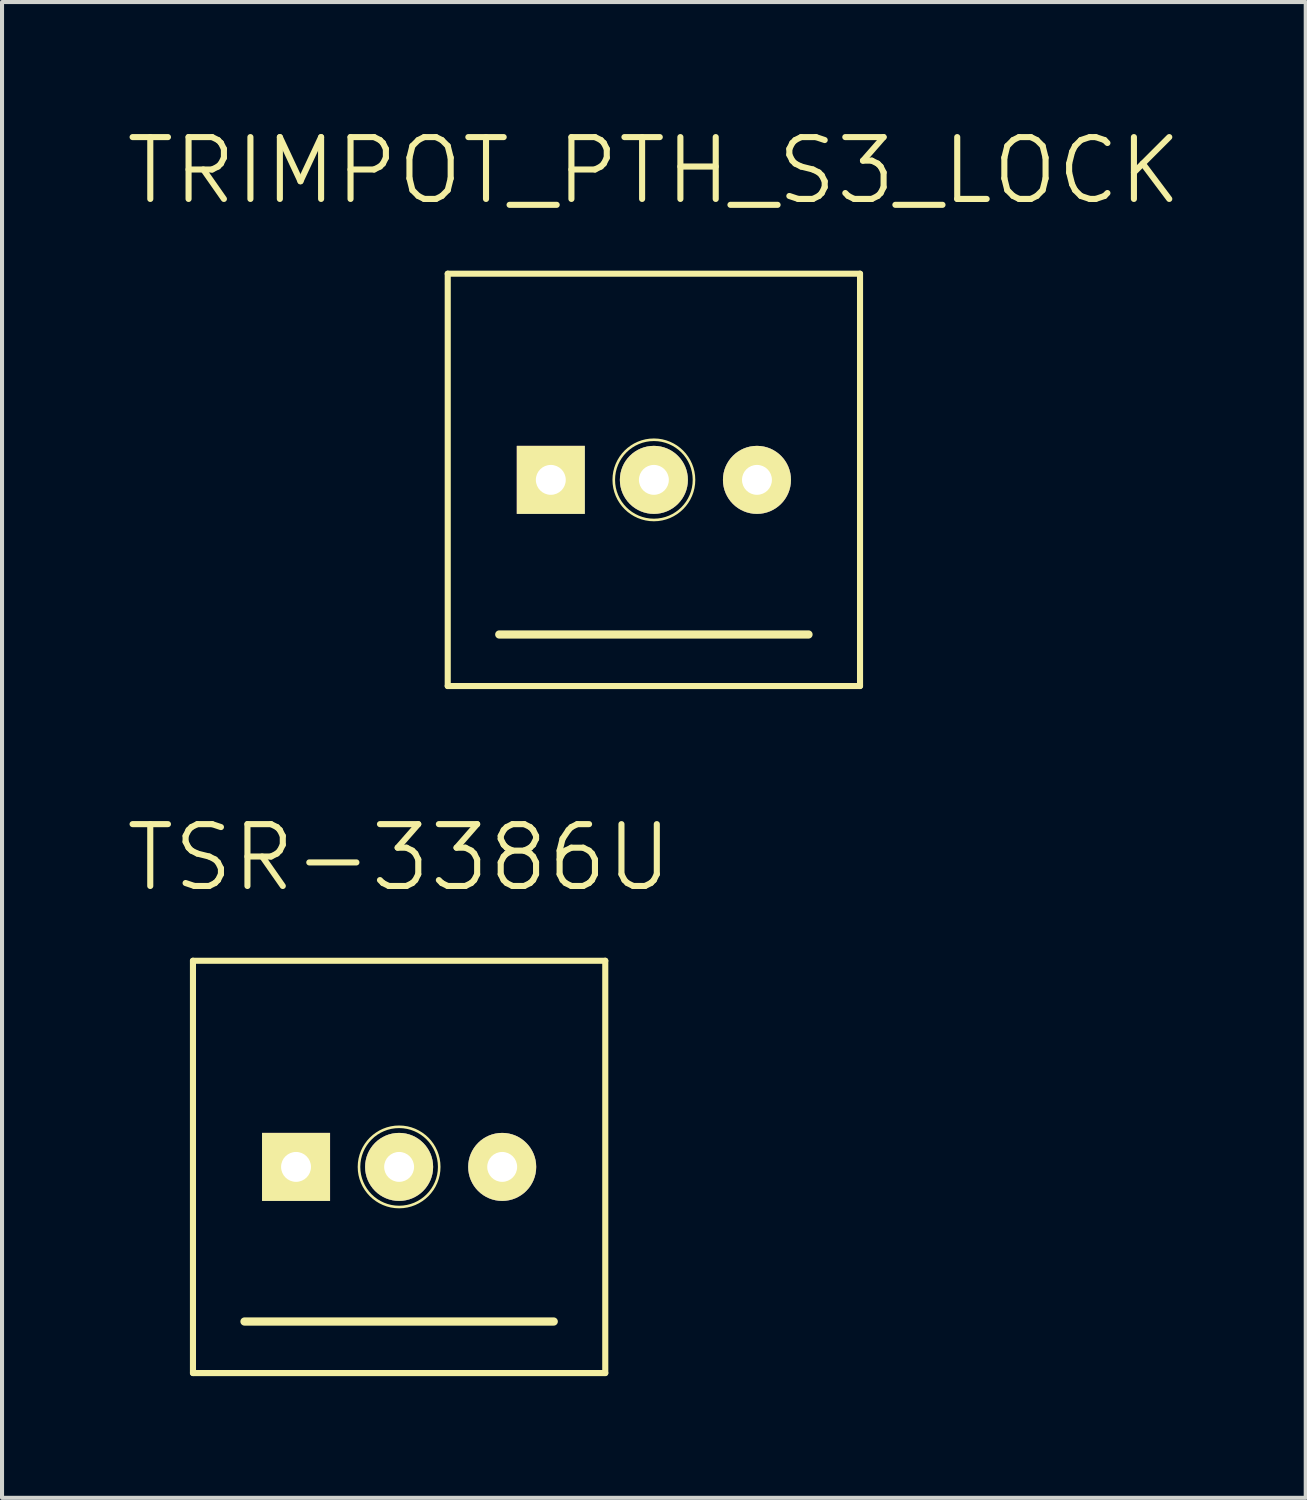
<source format=kicad_pcb>
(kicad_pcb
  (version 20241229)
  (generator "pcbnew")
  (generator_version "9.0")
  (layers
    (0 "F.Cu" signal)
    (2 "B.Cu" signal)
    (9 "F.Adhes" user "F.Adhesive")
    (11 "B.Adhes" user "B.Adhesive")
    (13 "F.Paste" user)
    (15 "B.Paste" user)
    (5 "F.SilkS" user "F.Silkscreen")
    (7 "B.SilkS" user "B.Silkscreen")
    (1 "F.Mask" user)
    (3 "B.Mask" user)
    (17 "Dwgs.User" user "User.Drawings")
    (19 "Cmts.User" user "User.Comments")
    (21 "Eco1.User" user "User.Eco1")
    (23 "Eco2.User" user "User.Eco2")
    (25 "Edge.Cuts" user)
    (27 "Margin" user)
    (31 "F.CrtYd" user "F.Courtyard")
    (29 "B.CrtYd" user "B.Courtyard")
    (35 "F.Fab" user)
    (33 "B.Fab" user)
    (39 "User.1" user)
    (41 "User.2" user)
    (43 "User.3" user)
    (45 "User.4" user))
  (footprint "TSR-3386U"
    (layer "F.Cu")
    (at 6.785 25.705)
    (property "Reference" "TSR-3386U" (at 0 -7.62 0) (layer "F.SilkS") (effects (font (size 1.524 1.524) (thickness 0.15))))
    (attr exclude_from_pos_files exclude_from_bom)
    (fp_line (start -5.08 -5.08) (end -5.08 5.08) (stroke (width 0.15) (type solid)) (layer "F.SilkS"))
    (fp_line (start -5.08 5.08) (end 5.08 5.08) (stroke (width 0.15) (type solid)) (layer "F.SilkS"))
    (fp_line (start -3.81 3.81) (end 3.81 3.81) (stroke (width 0.203) (type solid)) (layer "F.SilkS"))
    (fp_line (start 5.08 -5.08) (end -5.08 -5.08) (stroke (width 0.15) (type solid)) (layer "F.SilkS"))
    (fp_line (start 5.08 5.08) (end 5.08 -5.08) (stroke (width 0.15) (type solid)) (layer "F.SilkS"))
    (fp_circle (center -2.54 0.279) (end -2.654 0.394) (stroke (width 0.013) (type solid)) (fill no) (layer "F.SilkS"))
    (fp_circle (center 0 0) (end -0.699 0.699) (stroke (width 0.064) (type solid)) (fill no) (layer "F.SilkS"))
    (fp_circle (center 0 0.279) (end -0.114 0.394) (stroke (width 0.013) (type solid)) (fill no) (layer "F.SilkS"))
    (fp_circle (center 2.54 0.279) (end 2.654 0.394) (stroke (width 0.013) (type solid)) (fill no) (layer "F.SilkS"))
    (pad "1" thru_hole rect (at -2.54 0) (size 1.676 1.676) (drill 0.737) (layers "*.Cu" "F.Mask" "F.SilkS" "F.Paste"))
    (pad "2" thru_hole circle (at 0 0) (size 1.676 1.676) (drill 0.737) (layers "*.Cu" "F.Mask" "F.SilkS" "F.Paste"))
    (pad "3" thru_hole circle (at 2.54 0) (size 1.676 1.676) (drill 0.737) (layers "*.Cu" "F.Mask" "F.SilkS" "F.Paste")))
  (footprint "TRIMPOT_PTH_S3_LOCK"
    (layer "F.Cu")
    (at 13.063 8.775)
    (property "Reference" "TRIMPOT_PTH_S3_LOCK" (at 0 -7.62 0) (layer "F.SilkS") (effects (font (size 1.524 1.524) (thickness 0.15))))
    (attr exclude_from_pos_files exclude_from_bom)
    (fp_line (start -5.08 -5.08) (end -5.08 5.08) (stroke (width 0.15) (type solid)) (layer "F.SilkS"))
    (fp_line (start -5.08 5.08) (end 5.08 5.08) (stroke (width 0.15) (type solid)) (layer "F.SilkS"))
    (fp_line (start -3.81 3.81) (end 3.81 3.81) (stroke (width 0.203) (type solid)) (layer "F.SilkS"))
    (fp_line (start 5.08 -5.08) (end -5.08 -5.08) (stroke (width 0.15) (type solid)) (layer "F.SilkS"))
    (fp_line (start 5.08 5.08) (end 5.08 -5.08) (stroke (width 0.15) (type solid)) (layer "F.SilkS"))
    (fp_circle (center -2.54 0.279) (end -2.654 0.394) (stroke (width 0.013) (type solid)) (fill no) (layer "F.SilkS"))
    (fp_circle (center 0 0) (end -0.699 0.699) (stroke (width 0.064) (type solid)) (fill no) (layer "F.SilkS"))
    (fp_circle (center 0 0.279) (end -0.114 0.394) (stroke (width 0.013) (type solid)) (fill no) (layer "F.SilkS"))
    (fp_circle (center 2.54 0.279) (end 2.654 0.394) (stroke (width 0.013) (type solid)) (fill no) (layer "F.SilkS"))
    (pad "1" thru_hole rect (at -2.54 0) (size 1.676 1.676) (drill 0.737) (layers "*.Cu" "F.Mask" "F.SilkS" "F.Paste"))
    (pad "2" thru_hole circle (at 0 0) (size 1.676 1.676) (drill 0.737) (layers "*.Cu" "F.Mask" "F.SilkS" "F.Paste"))
    (pad "3" thru_hole circle (at 2.54 0) (size 1.676 1.676) (drill 0.737) (layers "*.Cu" "F.Mask" "F.SilkS" "F.Paste")))
  (gr_rect
    (start -3 -3)
    (end 29.126 33.86)
    (stroke (width 0.1) (type default))
    (fill no)
    (layer "Edge.Cuts")))
</source>
